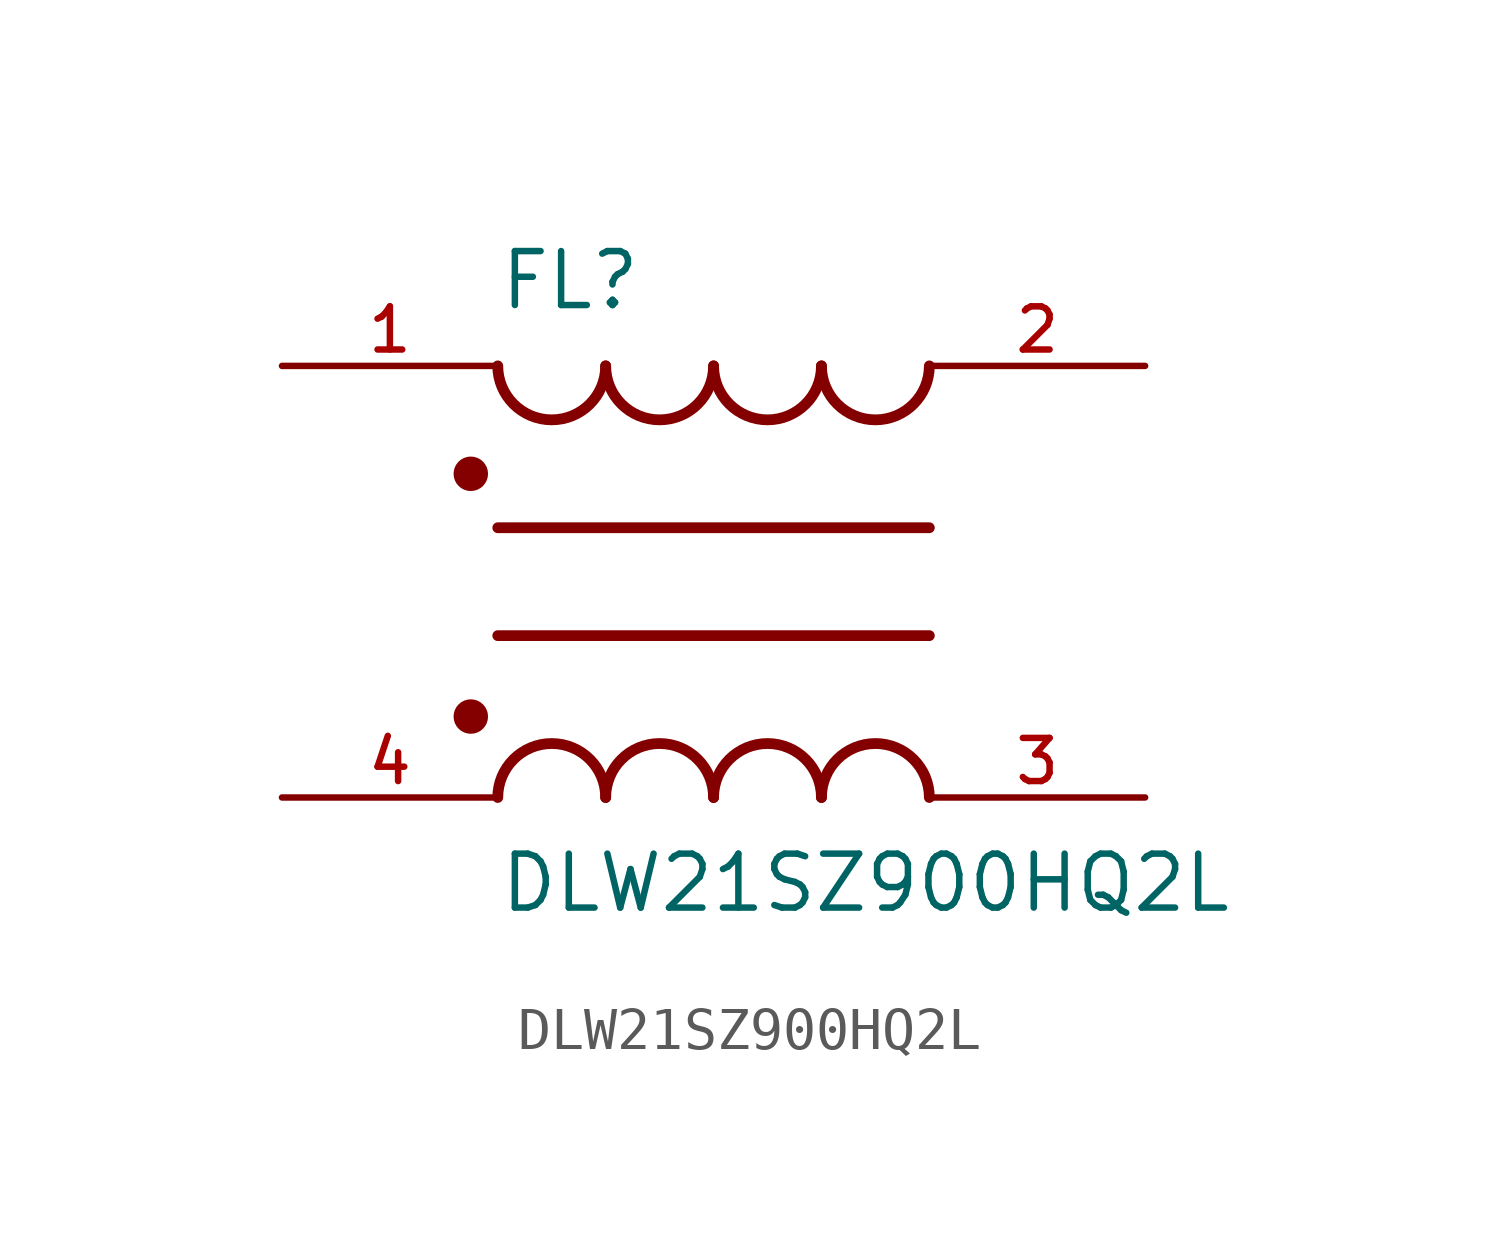
<source format=kicad_sym>
(kicad_symbol_lib
  (version 20211014)
  (generator kicad_symbol_editor)
  (symbol "DLW21SZ900HQ2L"
    (pin_names
      (offset 1.016))
    (property "Reference" "FL"
      (at -5.08 6.35 0)
      (effects (font (size 1.27 1.27)) (justify bottom left)))
    (property "Value" "DLW21SZ900HQ2L"
      (at -5.08 -6.35 0)
      (effects (font (size 1.27 1.27)) (justify top left)))
    (symbol "DLW21SZ900HQ2L_0_0"
      (arc (start -2.54 -5.08) (mid -3.81 -3.81) (end -5.08 -5.08) (stroke (width 0.254) (type default) (color 0 0 0 0)) (fill (type none)))
      (arc (start 0.0 -5.08) (mid -1.27 -3.81) (end -2.54 -5.08) (stroke (width 0.254) (type default) (color 0 0 0 0)) (fill (type none)))
      (arc (start 2.54 -5.08) (mid 1.27 -3.81) (end 0.0 -5.08) (stroke (width 0.254) (type default) (color 0 0 0 0)) (fill (type none)))
      (arc (start 5.08 -5.08) (mid 3.81 -3.81) (end 2.54 -5.08) (stroke (width 0.254) (type default) (color 0 0 0 0)) (fill (type none)))
      (polyline (pts (xy -5.08 -1.27) (xy 5.08 -1.27)) (stroke (width 0.254)))
      (circle (center -5.715 -3.175) (radius 0.203) (stroke (width 0.406)) (fill (type none)))
      (arc (start 2.54 5.08) (mid 3.81 3.81) (end 5.08 5.08) (stroke (width 0.254) (type default) (color 0 0 0 0)) (fill (type none)))
      (arc (start 0.0 5.08) (mid 1.27 3.81) (end 2.54 5.08) (stroke (width 0.254) (type default) (color 0 0 0 0)) (fill (type none)))
      (arc (start -2.54 5.08) (mid -1.27 3.81) (end 0.0 5.08) (stroke (width 0.254) (type default) (color 0 0 0 0)) (fill (type none)))
      (arc (start -5.08 5.08) (mid -3.81 3.81) (end -2.54 5.08) (stroke (width 0.254) (type default) (color 0 0 0 0)) (fill (type none)))
      (polyline (pts (xy 5.08 1.27) (xy -5.08 1.27)) (stroke (width 0.254)))
      (circle (center -5.715 2.54) (radius 0.203) (stroke (width 0.406)) (fill (type none)))
      (pin passive line (at -10.16 -5.08 0) (length 5.08) (name "~" (effects (font (size 1.016 1.016)))) (number "4" (effects (font (size 1.016 1.016)))))
      (pin passive line (at 10.16 -5.08 180.0) (length 5.08) (name "~" (effects (font (size 1.016 1.016)))) (number "3" (effects (font (size 1.016 1.016)))))
      (pin passive line (at 10.16 5.08 180.0) (length 5.08) (name "~" (effects (font (size 1.016 1.016)))) (number "2" (effects (font (size 1.016 1.016)))))
      (pin passive line (at -10.16 5.08 0) (length 5.08) (name "~" (effects (font (size 1.016 1.016)))) (number "1" (effects (font (size 1.016 1.016))))))))
</source>
